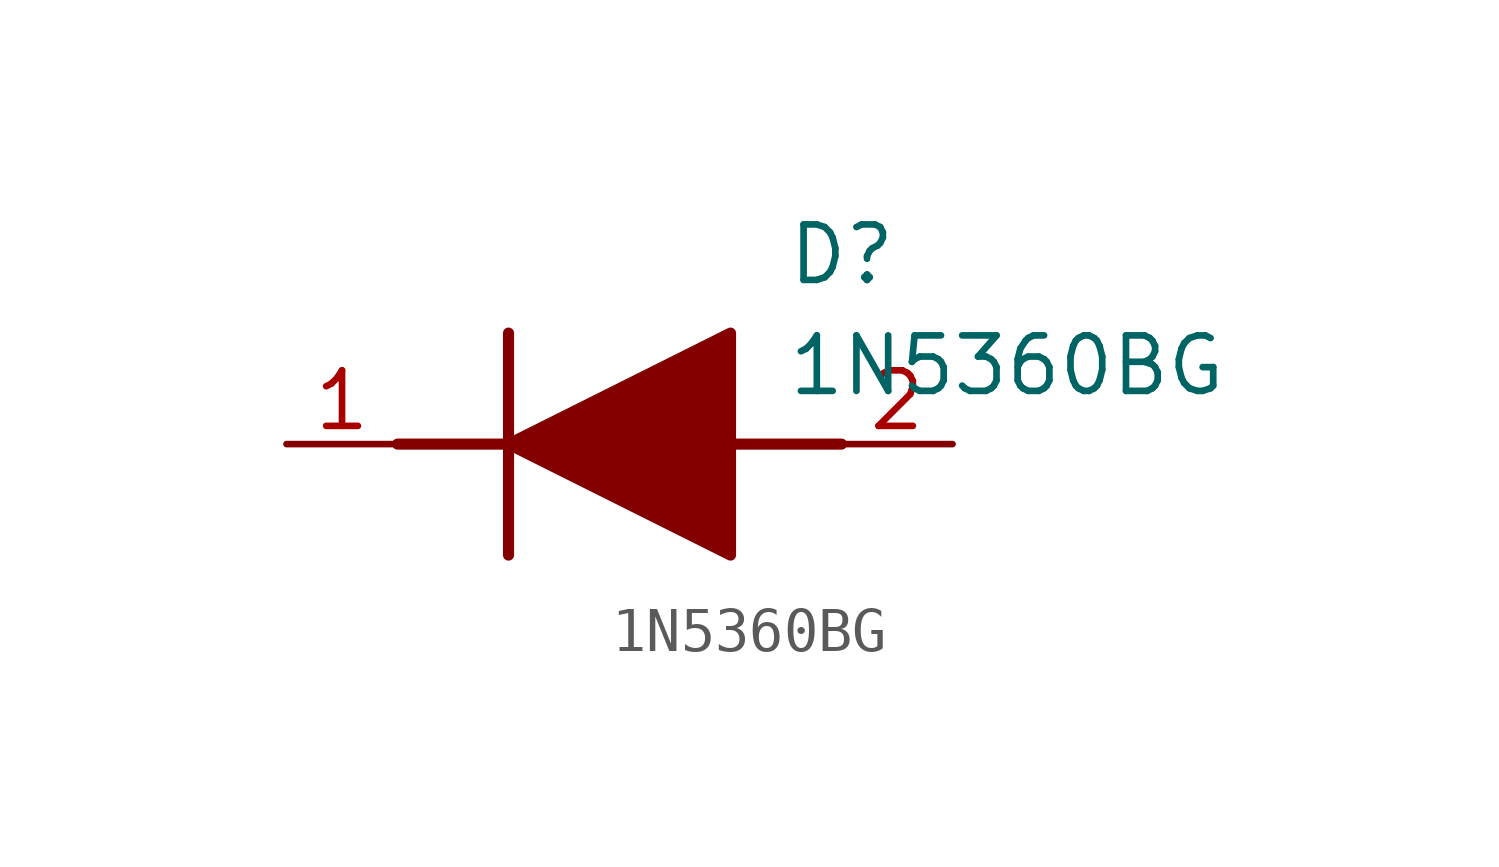
<source format=kicad_sym>
(kicad_symbol_lib
  (version 20211014)
  (generator SamacSys_ECAD_Model)
  (symbol "1N5360BG"
    (pin_names hide)
    (property "Reference" "D"
      (at 11.43 5.08 0)
      (effects (font (size 1.27 1.27)) (justify left top)))
    (property "Value" "1N5360BG"
      (at 11.43 2.54 0)
      (effects (font (size 1.27 1.27)) (justify left top)))
    (polyline
      (pts (xy 5.08 2.54) (xy 5.08 -2.54))
      (stroke (width 0.254) (type default))
      (fill (type none)))
    (polyline
      (pts (xy 2.54 0) (xy 5.08 0))
      (stroke (width 0.254) (type default))
      (fill (type none)))
    (polyline
      (pts (xy 10.16 0) (xy 12.7 0))
      (stroke (width 0.254) (type default))
      (fill (type none)))
    (polyline
      (pts (xy 5.08 0) (xy 10.16 2.54) (xy 10.16 -2.54) (xy 5.08 0))
      (stroke (width 0.254) (type default))
      (fill (type outline)))
    (pin passive line
      (at 0 0 0)
      (length 2.54)
      (name "K" (effects (font (size 1.27 1.27))))
      (number "1" (effects (font (size 1.27 1.27)))))
    (pin passive line
      (at 15.24 0 180)
      (length 2.54)
      (name "A" (effects (font (size 1.27 1.27))))
      (number "2" (effects (font (size 1.27 1.27)))))))
</source>
